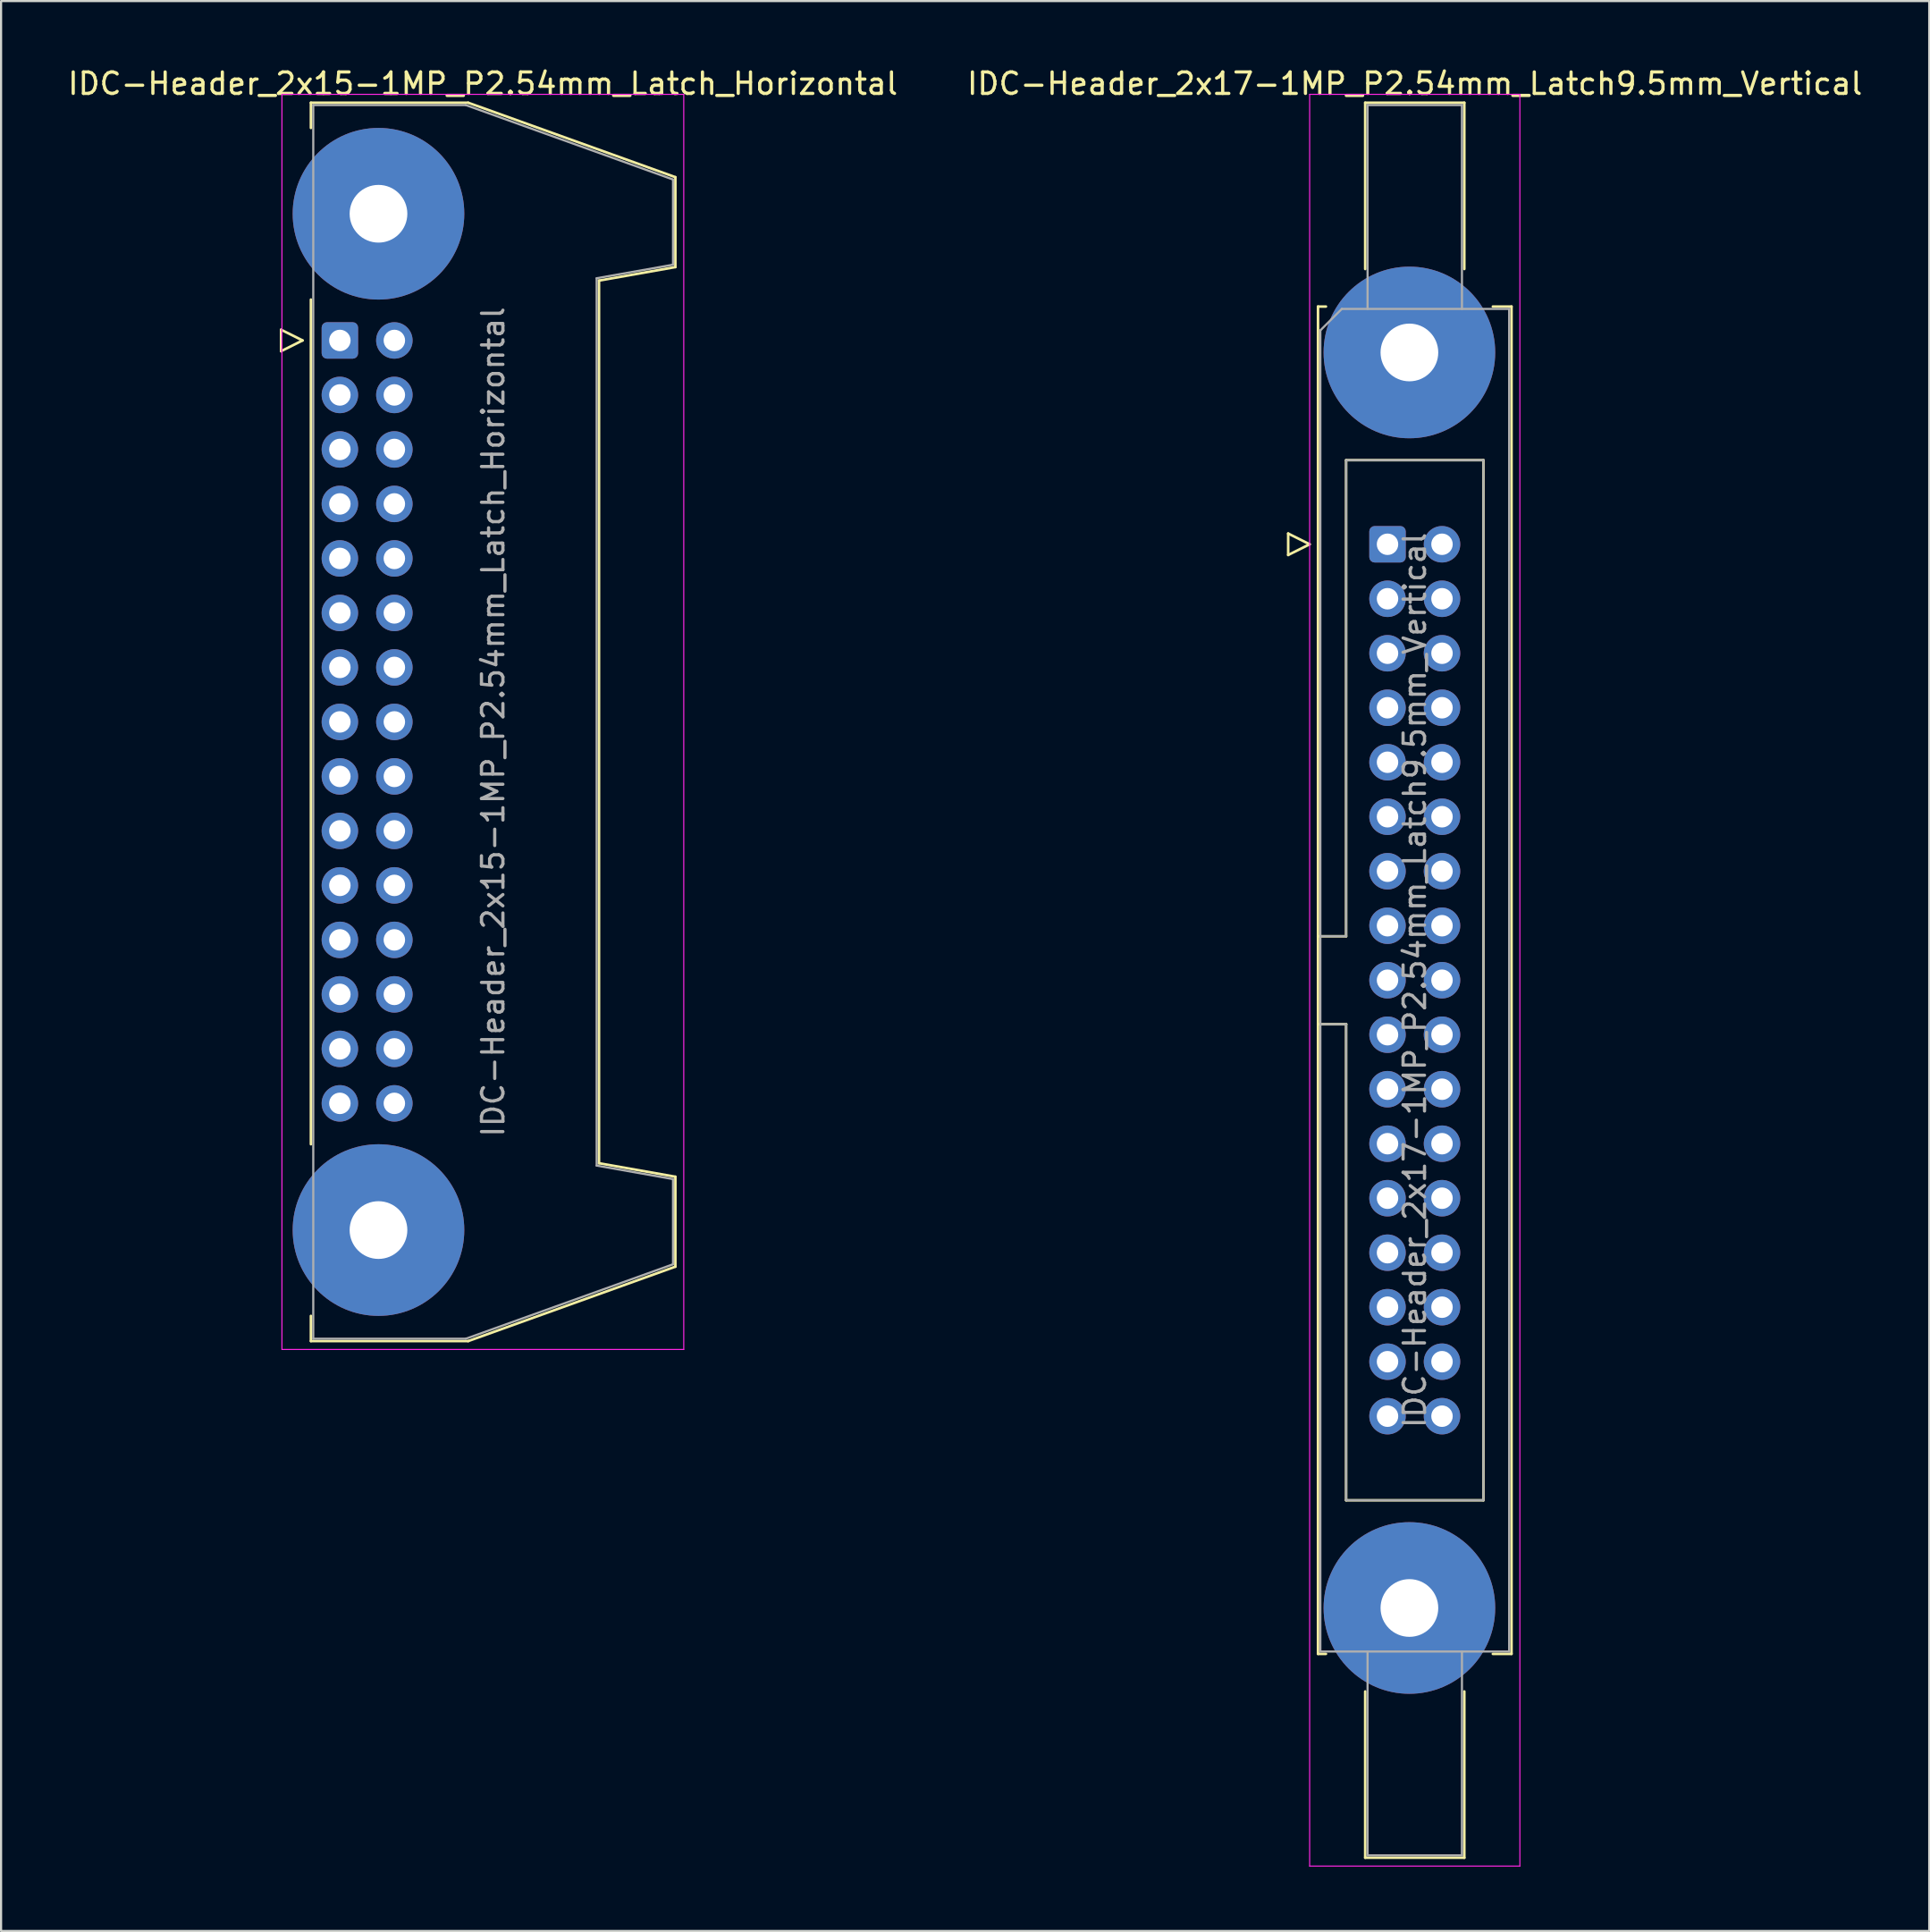
<source format=kicad_pcb>
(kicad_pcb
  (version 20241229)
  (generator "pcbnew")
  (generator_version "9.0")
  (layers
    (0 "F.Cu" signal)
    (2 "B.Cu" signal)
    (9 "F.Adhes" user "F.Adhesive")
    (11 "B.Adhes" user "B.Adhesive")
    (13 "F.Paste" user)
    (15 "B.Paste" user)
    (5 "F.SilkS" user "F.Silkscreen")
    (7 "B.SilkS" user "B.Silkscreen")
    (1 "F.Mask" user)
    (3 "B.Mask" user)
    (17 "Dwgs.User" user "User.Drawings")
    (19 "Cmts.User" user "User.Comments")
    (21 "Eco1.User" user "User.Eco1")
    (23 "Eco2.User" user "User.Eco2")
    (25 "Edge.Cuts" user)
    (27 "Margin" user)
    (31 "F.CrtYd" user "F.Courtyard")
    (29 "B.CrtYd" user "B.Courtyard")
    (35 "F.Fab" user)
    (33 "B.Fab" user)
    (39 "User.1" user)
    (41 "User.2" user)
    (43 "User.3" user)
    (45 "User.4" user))
  (footprint "IDC-Header_2x15-1MP_P2.54mm_Latch_Horizontal"
    (layer "F.Cu")
    (at 12.793 12.818)
    (property "Reference" "IDC-Header_2x15-1MP_P2.54mm_Latch_Horizontal" (at 6.665 -11.97 0) (layer "F.SilkS") (effects (font (size 1 1) (thickness 0.15))))
    (attr through_hole)
    (fp_line (start -2.74 -0.5) (end -2.74 0.5) (stroke (width 0.12) (type solid)) (layer "F.SilkS"))
    (fp_line (start -2.74 0.5) (end -1.74 0) (stroke (width 0.12) (type solid)) (layer "F.SilkS"))
    (fp_line (start -1.74 0) (end -2.74 -0.5) (stroke (width 0.12) (type solid)) (layer "F.SilkS"))
    (fp_line (start -1.35 -11.08) (end -1.35 -9.905) (stroke (width 0.12) (type solid)) (layer "F.SilkS"))
    (fp_line (start -1.35 -11.08) (end 5.98 -11.08) (stroke (width 0.12) (type solid)) (layer "F.SilkS"))
    (fp_line (start -1.35 -1.905) (end -1.35 37.465) (stroke (width 0.12) (type solid)) (layer "F.SilkS"))
    (fp_line (start -1.35 45.465) (end -1.35 46.64) (stroke (width 0.12) (type solid)) (layer "F.SilkS"))
    (fp_line (start 5.98 -11.08) (end 15.64 -7.61) (stroke (width 0.12) (type solid)) (layer "F.SilkS"))
    (fp_line (start 5.98 46.64) (end -1.35 46.64) (stroke (width 0.12) (type solid)) (layer "F.SilkS"))
    (fp_line (start 12.08 -2.79) (end 12.08 38.35) (stroke (width 0.12) (type solid)) (layer "F.SilkS"))
    (fp_line (start 12.08 38.35) (end 15.64 38.98) (stroke (width 0.12) (type solid)) (layer "F.SilkS"))
    (fp_line (start 15.64 -7.61) (end 15.64 -3.42) (stroke (width 0.12) (type solid)) (layer "F.SilkS"))
    (fp_line (start 15.64 -3.42) (end 12.08 -2.79) (stroke (width 0.12) (type solid)) (layer "F.SilkS"))
    (fp_line (start 15.64 38.98) (end 15.64 43.17) (stroke (width 0.12) (type solid)) (layer "F.SilkS"))
    (fp_line (start 15.64 43.17) (end 5.98 46.64) (stroke (width 0.12) (type solid)) (layer "F.SilkS"))
    (fp_line (start -2.7 -11.47) (end -2.7 47.03) (stroke (width 0.05) (type solid)) (layer "F.CrtYd"))
    (fp_line (start -2.7 47.03) (end 16.03 47.03) (stroke (width 0.05) (type solid)) (layer "F.CrtYd"))
    (fp_line (start 16.03 -11.47) (end -2.7 -11.47) (stroke (width 0.05) (type solid)) (layer "F.CrtYd"))
    (fp_line (start 16.03 47.03) (end 16.03 -11.47) (stroke (width 0.05) (type solid)) (layer "F.CrtYd"))
    (fp_line (start -1.24 -10.97) (end 5.87 -10.97) (stroke (width 0.1) (type solid)) (layer "F.Fab"))
    (fp_line (start -1.24 46.53) (end -1.24 -10.97) (stroke (width 0.1) (type solid)) (layer "F.Fab"))
    (fp_line (start 5.87 -10.97) (end 15.53 -7.5) (stroke (width 0.1) (type solid)) (layer "F.Fab"))
    (fp_line (start 5.87 46.53) (end -1.24 46.53) (stroke (width 0.1) (type solid)) (layer "F.Fab"))
    (fp_line (start 11.97 -2.9) (end 11.97 38.46) (stroke (width 0.1) (type solid)) (layer "F.Fab"))
    (fp_line (start 11.97 38.46) (end 15.53 39.09) (stroke (width 0.1) (type solid)) (layer "F.Fab"))
    (fp_line (start 15.53 -7.5) (end 15.53 -3.53) (stroke (width 0.1) (type solid)) (layer "F.Fab"))
    (fp_line (start 15.53 -3.53) (end 11.97 -2.9) (stroke (width 0.1) (type solid)) (layer "F.Fab"))
    (fp_line (start 15.53 39.09) (end 15.53 43.06) (stroke (width 0.1) (type solid)) (layer "F.Fab"))
    (fp_line (start 15.53 43.06) (end 5.87 46.53) (stroke (width 0.1) (type solid)) (layer "F.Fab"))
    (fp_text user "${REFERENCE}" (at 7.145 17.78 90) (layer "F.Fab") (effects (font (size 1 1) (thickness 0.15))))
    (pad "1" thru_hole roundrect (at 0 0) (size 1.7 1.7) (drill 1) (layers "*.Cu" "*.Mask") (roundrect_rratio 0.147))
    (pad "2" thru_hole circle (at 2.54 0) (size 1.7 1.7) (drill 1) (layers "*.Cu" "*.Mask"))
    (pad "3" thru_hole circle (at 0 2.54) (size 1.7 1.7) (drill 1) (layers "*.Cu" "*.Mask"))
    (pad "4" thru_hole circle (at 2.54 2.54) (size 1.7 1.7) (drill 1) (layers "*.Cu" "*.Mask"))
    (pad "5" thru_hole circle (at 0 5.08) (size 1.7 1.7) (drill 1) (layers "*.Cu" "*.Mask"))
    (pad "6" thru_hole circle (at 2.54 5.08) (size 1.7 1.7) (drill 1) (layers "*.Cu" "*.Mask"))
    (pad "7" thru_hole circle (at 0 7.62) (size 1.7 1.7) (drill 1) (layers "*.Cu" "*.Mask"))
    (pad "8" thru_hole circle (at 2.54 7.62) (size 1.7 1.7) (drill 1) (layers "*.Cu" "*.Mask"))
    (pad "9" thru_hole circle (at 0 10.16) (size 1.7 1.7) (drill 1) (layers "*.Cu" "*.Mask"))
    (pad "10" thru_hole circle (at 2.54 10.16) (size 1.7 1.7) (drill 1) (layers "*.Cu" "*.Mask"))
    (pad "11" thru_hole circle (at 0 12.7) (size 1.7 1.7) (drill 1) (layers "*.Cu" "*.Mask"))
    (pad "12" thru_hole circle (at 2.54 12.7) (size 1.7 1.7) (drill 1) (layers "*.Cu" "*.Mask"))
    (pad "13" thru_hole circle (at 0 15.24) (size 1.7 1.7) (drill 1) (layers "*.Cu" "*.Mask"))
    (pad "14" thru_hole circle (at 2.54 15.24) (size 1.7 1.7) (drill 1) (layers "*.Cu" "*.Mask"))
    (pad "15" thru_hole circle (at 0 17.78) (size 1.7 1.7) (drill 1) (layers "*.Cu" "*.Mask"))
    (pad "16" thru_hole circle (at 2.54 17.78) (size 1.7 1.7) (drill 1) (layers "*.Cu" "*.Mask"))
    (pad "17" thru_hole circle (at 0 20.32) (size 1.7 1.7) (drill 1) (layers "*.Cu" "*.Mask"))
    (pad "18" thru_hole circle (at 2.54 20.32) (size 1.7 1.7) (drill 1) (layers "*.Cu" "*.Mask"))
    (pad "19" thru_hole circle (at 0 22.86) (size 1.7 1.7) (drill 1) (layers "*.Cu" "*.Mask"))
    (pad "20" thru_hole circle (at 2.54 22.86) (size 1.7 1.7) (drill 1) (layers "*.Cu" "*.Mask"))
    (pad "21" thru_hole circle (at 0 25.4) (size 1.7 1.7) (drill 1) (layers "*.Cu" "*.Mask"))
    (pad "22" thru_hole circle (at 2.54 25.4) (size 1.7 1.7) (drill 1) (layers "*.Cu" "*.Mask"))
    (pad "23" thru_hole circle (at 0 27.94) (size 1.7 1.7) (drill 1) (layers "*.Cu" "*.Mask"))
    (pad "24" thru_hole circle (at 2.54 27.94) (size 1.7 1.7) (drill 1) (layers "*.Cu" "*.Mask"))
    (pad "25" thru_hole circle (at 0 30.48) (size 1.7 1.7) (drill 1) (layers "*.Cu" "*.Mask"))
    (pad "26" thru_hole circle (at 2.54 30.48) (size 1.7 1.7) (drill 1) (layers "*.Cu" "*.Mask"))
    (pad "27" thru_hole circle (at 0 33.02) (size 1.7 1.7) (drill 1) (layers "*.Cu" "*.Mask"))
    (pad "28" thru_hole circle (at 2.54 33.02) (size 1.7 1.7) (drill 1) (layers "*.Cu" "*.Mask"))
    (pad "29" thru_hole circle (at 0 35.56) (size 1.7 1.7) (drill 1) (layers "*.Cu" "*.Mask"))
    (pad "30" thru_hole circle (at 2.54 35.56) (size 1.7 1.7) (drill 1) (layers "*.Cu" "*.Mask"))
    (pad "MP" thru_hole circle (at 1.8 -5.905) (size 8 8) (drill 2.69) (layers "*.Cu" "*.Mask"))
    (pad "MP" thru_hole circle (at 1.8 41.465) (size 8 8) (drill 2.69) (layers "*.Cu" "*.Mask")))
  (footprint "IDC-Header_2x17-1MP_P2.54mm_Latch9.5mm_Vertical"
    (layer "F.Cu")
    (at 61.629 22.318)
    (property "Reference" "IDC-Header_2x17-1MP_P2.54mm_Latch9.5mm_Vertical" (at 1.27 -21.47 0) (layer "F.SilkS") (effects (font (size 1 1) (thickness 0.15))))
    (attr through_hole)
    (fp_line (start -4.63 -0.5) (end -4.63 0.5) (stroke (width 0.12) (type solid)) (layer "F.SilkS"))
    (fp_line (start -4.63 0.5) (end -3.63 0) (stroke (width 0.12) (type solid)) (layer "F.SilkS"))
    (fp_line (start -3.63 0) (end -4.63 -0.5) (stroke (width 0.12) (type solid)) (layer "F.SilkS"))
    (fp_line (start -3.24 -11.08) (end -3.24 51.72) (stroke (width 0.12) (type solid)) (layer "F.SilkS"))
    (fp_line (start -3.24 18.27) (end -1.93 18.27) (stroke (width 0.12) (type solid)) (layer "F.SilkS"))
    (fp_line (start -3.24 51.72) (end -2.87 51.72) (stroke (width 0.12) (type solid)) (layer "F.SilkS"))
    (fp_line (start -2.87 -11.08) (end -3.24 -11.08) (stroke (width 0.12) (type solid)) (layer "F.SilkS"))
    (fp_line (start -1.93 -3.92) (end 4.47 -3.92) (stroke (width 0.12) (type solid)) (layer "F.SilkS"))
    (fp_line (start -1.93 18.27) (end -1.93 -3.92) (stroke (width 0.12) (type solid)) (layer "F.SilkS"))
    (fp_line (start -1.93 22.37) (end -3.24 22.37) (stroke (width 0.12) (type solid)) (layer "F.SilkS"))
    (fp_line (start -1.93 22.37) (end -1.93 22.37) (stroke (width 0.12) (type solid)) (layer "F.SilkS"))
    (fp_line (start -1.93 44.56) (end -1.93 22.37) (stroke (width 0.12) (type solid)) (layer "F.SilkS"))
    (fp_line (start -1.04 -20.58) (end 3.58 -20.58) (stroke (width 0.12) (type solid)) (layer "F.SilkS"))
    (fp_line (start -1.04 -12.83) (end -1.04 -20.58) (stroke (width 0.12) (type solid)) (layer "F.SilkS"))
    (fp_line (start -1.04 53.47) (end -1.04 61.22) (stroke (width 0.12) (type solid)) (layer "F.SilkS"))
    (fp_line (start -1.04 61.22) (end 3.58 61.22) (stroke (width 0.12) (type solid)) (layer "F.SilkS"))
    (fp_line (start 3.58 -20.58) (end 3.58 -12.83) (stroke (width 0.12) (type solid)) (layer "F.SilkS"))
    (fp_line (start 3.58 61.22) (end 3.58 53.47) (stroke (width 0.12) (type solid)) (layer "F.SilkS"))
    (fp_line (start 4.47 -3.92) (end 4.47 44.56) (stroke (width 0.12) (type solid)) (layer "F.SilkS"))
    (fp_line (start 4.47 44.56) (end -1.93 44.56) (stroke (width 0.12) (type solid)) (layer "F.SilkS"))
    (fp_line (start 4.91 -11.08) (end 5.78 -11.08) (stroke (width 0.12) (type solid)) (layer "F.SilkS"))
    (fp_line (start 5.78 -11.08) (end 5.78 51.72) (stroke (width 0.12) (type solid)) (layer "F.SilkS"))
    (fp_line (start 5.78 51.72) (end 4.91 51.72) (stroke (width 0.12) (type solid)) (layer "F.SilkS"))
    (fp_line (start -3.63 -20.97) (end -3.63 61.61) (stroke (width 0.05) (type solid)) (layer "F.CrtYd"))
    (fp_line (start -3.63 61.61) (end 6.17 61.61) (stroke (width 0.05) (type solid)) (layer "F.CrtYd"))
    (fp_line (start 6.17 -20.97) (end -3.63 -20.97) (stroke (width 0.05) (type solid)) (layer "F.CrtYd"))
    (fp_line (start 6.17 61.61) (end 6.17 -20.97) (stroke (width 0.05) (type solid)) (layer "F.CrtYd"))
    (fp_line (start -3.13 -9.97) (end -2.13 -10.97) (stroke (width 0.1) (type solid)) (layer "F.Fab"))
    (fp_line (start -3.13 18.27) (end -1.93 18.27) (stroke (width 0.1) (type solid)) (layer "F.Fab"))
    (fp_line (start -3.13 51.61) (end -3.13 -9.97) (stroke (width 0.1) (type solid)) (layer "F.Fab"))
    (fp_line (start -2.13 -10.97) (end 5.67 -10.97) (stroke (width 0.1) (type solid)) (layer "F.Fab"))
    (fp_line (start -1.93 -3.92) (end 4.47 -3.92) (stroke (width 0.1) (type solid)) (layer "F.Fab"))
    (fp_line (start -1.93 18.27) (end -1.93 -3.92) (stroke (width 0.1) (type solid)) (layer "F.Fab"))
    (fp_line (start -1.93 22.37) (end -3.13 22.37) (stroke (width 0.1) (type solid)) (layer "F.Fab"))
    (fp_line (start -1.93 22.37) (end -1.93 22.37) (stroke (width 0.1) (type solid)) (layer "F.Fab"))
    (fp_line (start -1.93 44.56) (end -1.93 22.37) (stroke (width 0.1) (type solid)) (layer "F.Fab"))
    (fp_line (start -0.93 -20.47) (end 3.47 -20.47) (stroke (width 0.1) (type solid)) (layer "F.Fab"))
    (fp_line (start -0.93 -10.97) (end -0.93 -20.47) (stroke (width 0.1) (type solid)) (layer "F.Fab"))
    (fp_line (start -0.93 51.61) (end -0.93 61.11) (stroke (width 0.1) (type solid)) (layer "F.Fab"))
    (fp_line (start -0.93 61.11) (end 3.47 61.11) (stroke (width 0.1) (type solid)) (layer "F.Fab"))
    (fp_line (start 3.47 -20.47) (end 3.47 -10.97) (stroke (width 0.1) (type solid)) (layer "F.Fab"))
    (fp_line (start 3.47 61.11) (end 3.47 51.61) (stroke (width 0.1) (type solid)) (layer "F.Fab"))
    (fp_line (start 4.47 -3.92) (end 4.47 44.56) (stroke (width 0.1) (type solid)) (layer "F.Fab"))
    (fp_line (start 4.47 44.56) (end -1.93 44.56) (stroke (width 0.1) (type solid)) (layer "F.Fab"))
    (fp_line (start 5.67 -10.97) (end 5.67 51.61) (stroke (width 0.1) (type solid)) (layer "F.Fab"))
    (fp_line (start 5.67 51.61) (end -3.13 51.61) (stroke (width 0.1) (type solid)) (layer "F.Fab"))
    (fp_text user "${REFERENCE}" (at 1.27 20.32 90) (layer "F.Fab") (effects (font (size 1 1) (thickness 0.15))))
    (pad "1" thru_hole roundrect (at 0 0) (size 1.7 1.7) (drill 1) (layers "*.Cu" "*.Mask") (roundrect_rratio 0.147))
    (pad "2" thru_hole circle (at 2.54 0) (size 1.7 1.7) (drill 1) (layers "*.Cu" "*.Mask"))
    (pad "3" thru_hole circle (at 0 2.54) (size 1.7 1.7) (drill 1) (layers "*.Cu" "*.Mask"))
    (pad "4" thru_hole circle (at 2.54 2.54) (size 1.7 1.7) (drill 1) (layers "*.Cu" "*.Mask"))
    (pad "5" thru_hole circle (at 0 5.08) (size 1.7 1.7) (drill 1) (layers "*.Cu" "*.Mask"))
    (pad "6" thru_hole circle (at 2.54 5.08) (size 1.7 1.7) (drill 1) (layers "*.Cu" "*.Mask"))
    (pad "7" thru_hole circle (at 0 7.62) (size 1.7 1.7) (drill 1) (layers "*.Cu" "*.Mask"))
    (pad "8" thru_hole circle (at 2.54 7.62) (size 1.7 1.7) (drill 1) (layers "*.Cu" "*.Mask"))
    (pad "9" thru_hole circle (at 0 10.16) (size 1.7 1.7) (drill 1) (layers "*.Cu" "*.Mask"))
    (pad "10" thru_hole circle (at 2.54 10.16) (size 1.7 1.7) (drill 1) (layers "*.Cu" "*.Mask"))
    (pad "11" thru_hole circle (at 0 12.7) (size 1.7 1.7) (drill 1) (layers "*.Cu" "*.Mask"))
    (pad "12" thru_hole circle (at 2.54 12.7) (size 1.7 1.7) (drill 1) (layers "*.Cu" "*.Mask"))
    (pad "13" thru_hole circle (at 0 15.24) (size 1.7 1.7) (drill 1) (layers "*.Cu" "*.Mask"))
    (pad "14" thru_hole circle (at 2.54 15.24) (size 1.7 1.7) (drill 1) (layers "*.Cu" "*.Mask"))
    (pad "15" thru_hole circle (at 0 17.78) (size 1.7 1.7) (drill 1) (layers "*.Cu" "*.Mask"))
    (pad "16" thru_hole circle (at 2.54 17.78) (size 1.7 1.7) (drill 1) (layers "*.Cu" "*.Mask"))
    (pad "17" thru_hole circle (at 0 20.32) (size 1.7 1.7) (drill 1) (layers "*.Cu" "*.Mask"))
    (pad "18" thru_hole circle (at 2.54 20.32) (size 1.7 1.7) (drill 1) (layers "*.Cu" "*.Mask"))
    (pad "19" thru_hole circle (at 0 22.86) (size 1.7 1.7) (drill 1) (layers "*.Cu" "*.Mask"))
    (pad "20" thru_hole circle (at 2.54 22.86) (size 1.7 1.7) (drill 1) (layers "*.Cu" "*.Mask"))
    (pad "21" thru_hole circle (at 0 25.4) (size 1.7 1.7) (drill 1) (layers "*.Cu" "*.Mask"))
    (pad "22" thru_hole circle (at 2.54 25.4) (size 1.7 1.7) (drill 1) (layers "*.Cu" "*.Mask"))
    (pad "23" thru_hole circle (at 0 27.94) (size 1.7 1.7) (drill 1) (layers "*.Cu" "*.Mask"))
    (pad "24" thru_hole circle (at 2.54 27.94) (size 1.7 1.7) (drill 1) (layers "*.Cu" "*.Mask"))
    (pad "25" thru_hole circle (at 0 30.48) (size 1.7 1.7) (drill 1) (layers "*.Cu" "*.Mask"))
    (pad "26" thru_hole circle (at 2.54 30.48) (size 1.7 1.7) (drill 1) (layers "*.Cu" "*.Mask"))
    (pad "27" thru_hole circle (at 0 33.02) (size 1.7 1.7) (drill 1) (layers "*.Cu" "*.Mask"))
    (pad "28" thru_hole circle (at 2.54 33.02) (size 1.7 1.7) (drill 1) (layers "*.Cu" "*.Mask"))
    (pad "29" thru_hole circle (at 0 35.56) (size 1.7 1.7) (drill 1) (layers "*.Cu" "*.Mask"))
    (pad "30" thru_hole circle (at 2.54 35.56) (size 1.7 1.7) (drill 1) (layers "*.Cu" "*.Mask"))
    (pad "31" thru_hole circle (at 0 38.1) (size 1.7 1.7) (drill 1) (layers "*.Cu" "*.Mask"))
    (pad "32" thru_hole circle (at 2.54 38.1) (size 1.7 1.7) (drill 1) (layers "*.Cu" "*.Mask"))
    (pad "33" thru_hole circle (at 0 40.64) (size 1.7 1.7) (drill 1) (layers "*.Cu" "*.Mask"))
    (pad "34" thru_hole circle (at 2.54 40.64) (size 1.7 1.7) (drill 1) (layers "*.Cu" "*.Mask"))
    (pad "MP" thru_hole circle (at 1.02 -8.94) (size 8 8) (drill 2.69) (layers "*.Cu" "*.Mask"))
    (pad "MP" thru_hole circle (at 1.02 49.58) (size 8 8) (drill 2.69) (layers "*.Cu" "*.Mask")))
  (gr_rect
    (start -3 -3)
    (end 86.881 86.953)
    (stroke (width 0.1) (type default))
    (fill no)
    (layer "Edge.Cuts")))
</source>
